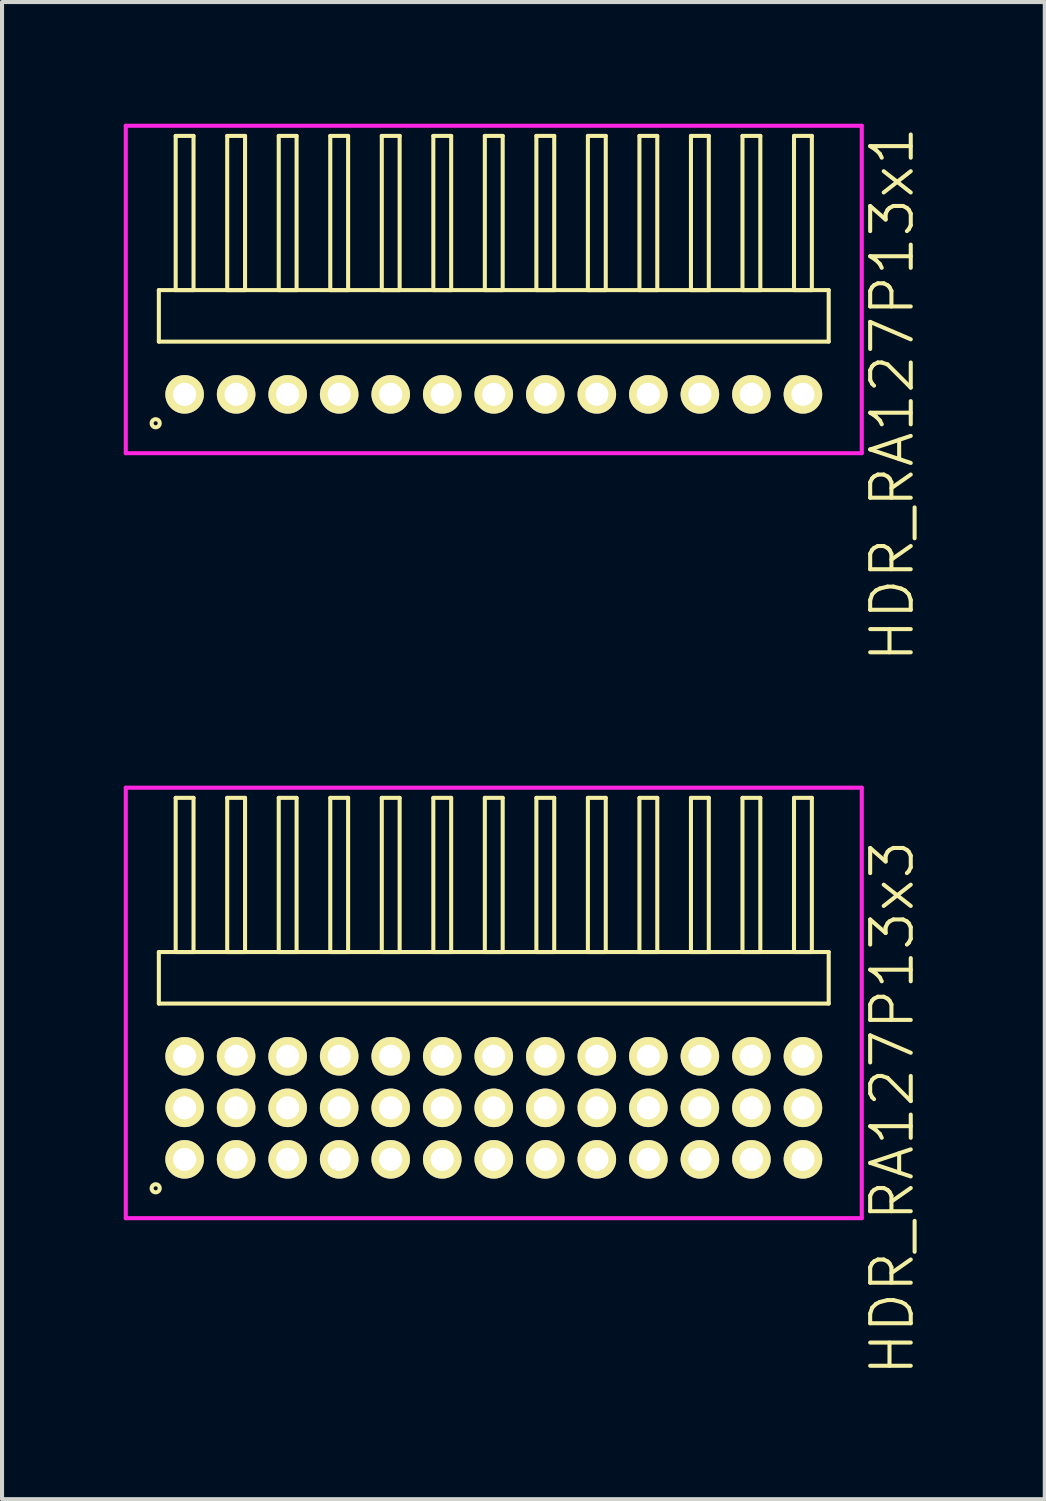
<source format=kicad_pcb>
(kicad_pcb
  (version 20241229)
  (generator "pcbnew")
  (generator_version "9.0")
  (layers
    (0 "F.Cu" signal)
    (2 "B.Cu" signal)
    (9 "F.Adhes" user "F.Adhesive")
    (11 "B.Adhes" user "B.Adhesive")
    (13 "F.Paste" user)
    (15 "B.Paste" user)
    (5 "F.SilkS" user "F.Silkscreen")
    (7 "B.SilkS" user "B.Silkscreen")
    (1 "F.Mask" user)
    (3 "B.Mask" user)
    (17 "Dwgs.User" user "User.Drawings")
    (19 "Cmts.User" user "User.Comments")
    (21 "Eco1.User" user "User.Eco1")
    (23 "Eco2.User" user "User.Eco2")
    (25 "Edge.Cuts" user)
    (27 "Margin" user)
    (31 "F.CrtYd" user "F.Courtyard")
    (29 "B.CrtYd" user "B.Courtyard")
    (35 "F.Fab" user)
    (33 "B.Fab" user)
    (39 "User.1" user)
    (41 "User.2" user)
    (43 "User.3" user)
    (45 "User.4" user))
  (footprint "HDR_RA127P13x3"
    (layer "F.Cu")
    (at 9.12 24.255)
    (property "Reference" "HDR_RA127P13x3" (at 9.82 0 90) (layer "F.SilkS") (effects (font (size 1 1) (thickness 0.1))))
    (attr through_hole)
    (fp_line (start -8.255 -3.84) (end -8.255 -2.57) (stroke (width 0.1) (type solid)) (layer "F.SilkS"))
    (fp_line (start -8.255 -2.57) (end 8.255 -2.57) (stroke (width 0.1) (type solid)) (layer "F.SilkS"))
    (fp_line (start -7.84 -7.64) (end -7.84 -3.84) (stroke (width 0.1) (type solid)) (layer "F.SilkS"))
    (fp_line (start -7.84 -3.84) (end -7.4 -3.84) (stroke (width 0.1) (type solid)) (layer "F.SilkS"))
    (fp_line (start -7.4 -7.64) (end -7.84 -7.64) (stroke (width 0.1) (type solid)) (layer "F.SilkS"))
    (fp_line (start -7.4 -3.84) (end -7.4 -7.64) (stroke (width 0.1) (type solid)) (layer "F.SilkS"))
    (fp_line (start -6.57 -7.64) (end -6.57 -3.84) (stroke (width 0.1) (type solid)) (layer "F.SilkS"))
    (fp_line (start -6.57 -3.84) (end -6.13 -3.84) (stroke (width 0.1) (type solid)) (layer "F.SilkS"))
    (fp_line (start -6.13 -7.64) (end -6.57 -7.64) (stroke (width 0.1) (type solid)) (layer "F.SilkS"))
    (fp_line (start -6.13 -3.84) (end -6.13 -7.64) (stroke (width 0.1) (type solid)) (layer "F.SilkS"))
    (fp_line (start -5.3 -7.64) (end -5.3 -3.84) (stroke (width 0.1) (type solid)) (layer "F.SilkS"))
    (fp_line (start -5.3 -3.84) (end -4.86 -3.84) (stroke (width 0.1) (type solid)) (layer "F.SilkS"))
    (fp_line (start -4.86 -7.64) (end -5.3 -7.64) (stroke (width 0.1) (type solid)) (layer "F.SilkS"))
    (fp_line (start -4.86 -3.84) (end -4.86 -7.64) (stroke (width 0.1) (type solid)) (layer "F.SilkS"))
    (fp_line (start -4.03 -7.64) (end -4.03 -3.84) (stroke (width 0.1) (type solid)) (layer "F.SilkS"))
    (fp_line (start -4.03 -3.84) (end -3.59 -3.84) (stroke (width 0.1) (type solid)) (layer "F.SilkS"))
    (fp_line (start -3.59 -7.64) (end -4.03 -7.64) (stroke (width 0.1) (type solid)) (layer "F.SilkS"))
    (fp_line (start -3.59 -3.84) (end -3.59 -7.64) (stroke (width 0.1) (type solid)) (layer "F.SilkS"))
    (fp_line (start -2.76 -7.64) (end -2.76 -3.84) (stroke (width 0.1) (type solid)) (layer "F.SilkS"))
    (fp_line (start -2.76 -3.84) (end -2.32 -3.84) (stroke (width 0.1) (type solid)) (layer "F.SilkS"))
    (fp_line (start -2.32 -7.64) (end -2.76 -7.64) (stroke (width 0.1) (type solid)) (layer "F.SilkS"))
    (fp_line (start -2.32 -3.84) (end -2.32 -7.64) (stroke (width 0.1) (type solid)) (layer "F.SilkS"))
    (fp_line (start -1.49 -7.64) (end -1.49 -3.84) (stroke (width 0.1) (type solid)) (layer "F.SilkS"))
    (fp_line (start -1.49 -3.84) (end -1.05 -3.84) (stroke (width 0.1) (type solid)) (layer "F.SilkS"))
    (fp_line (start -1.05 -7.64) (end -1.49 -7.64) (stroke (width 0.1) (type solid)) (layer "F.SilkS"))
    (fp_line (start -1.05 -3.84) (end -1.05 -7.64) (stroke (width 0.1) (type solid)) (layer "F.SilkS"))
    (fp_line (start -0.22 -7.64) (end -0.22 -3.84) (stroke (width 0.1) (type solid)) (layer "F.SilkS"))
    (fp_line (start -0.22 -3.84) (end 0.22 -3.84) (stroke (width 0.1) (type solid)) (layer "F.SilkS"))
    (fp_line (start 0.22 -7.64) (end -0.22 -7.64) (stroke (width 0.1) (type solid)) (layer "F.SilkS"))
    (fp_line (start 0.22 -3.84) (end 0.22 -7.64) (stroke (width 0.1) (type solid)) (layer "F.SilkS"))
    (fp_line (start 1.05 -7.64) (end 1.05 -3.84) (stroke (width 0.1) (type solid)) (layer "F.SilkS"))
    (fp_line (start 1.05 -3.84) (end 1.49 -3.84) (stroke (width 0.1) (type solid)) (layer "F.SilkS"))
    (fp_line (start 1.49 -7.64) (end 1.05 -7.64) (stroke (width 0.1) (type solid)) (layer "F.SilkS"))
    (fp_line (start 1.49 -3.84) (end 1.49 -7.64) (stroke (width 0.1) (type solid)) (layer "F.SilkS"))
    (fp_line (start 2.32 -7.64) (end 2.32 -3.84) (stroke (width 0.1) (type solid)) (layer "F.SilkS"))
    (fp_line (start 2.32 -3.84) (end 2.76 -3.84) (stroke (width 0.1) (type solid)) (layer "F.SilkS"))
    (fp_line (start 2.76 -7.64) (end 2.32 -7.64) (stroke (width 0.1) (type solid)) (layer "F.SilkS"))
    (fp_line (start 2.76 -3.84) (end 2.76 -7.64) (stroke (width 0.1) (type solid)) (layer "F.SilkS"))
    (fp_line (start 3.59 -7.64) (end 3.59 -3.84) (stroke (width 0.1) (type solid)) (layer "F.SilkS"))
    (fp_line (start 3.59 -3.84) (end 4.03 -3.84) (stroke (width 0.1) (type solid)) (layer "F.SilkS"))
    (fp_line (start 4.03 -7.64) (end 3.59 -7.64) (stroke (width 0.1) (type solid)) (layer "F.SilkS"))
    (fp_line (start 4.03 -3.84) (end 4.03 -7.64) (stroke (width 0.1) (type solid)) (layer "F.SilkS"))
    (fp_line (start 4.86 -7.64) (end 4.86 -3.84) (stroke (width 0.1) (type solid)) (layer "F.SilkS"))
    (fp_line (start 4.86 -3.84) (end 5.3 -3.84) (stroke (width 0.1) (type solid)) (layer "F.SilkS"))
    (fp_line (start 5.3 -7.64) (end 4.86 -7.64) (stroke (width 0.1) (type solid)) (layer "F.SilkS"))
    (fp_line (start 5.3 -3.84) (end 5.3 -7.64) (stroke (width 0.1) (type solid)) (layer "F.SilkS"))
    (fp_line (start 6.13 -7.64) (end 6.13 -3.84) (stroke (width 0.1) (type solid)) (layer "F.SilkS"))
    (fp_line (start 6.13 -3.84) (end 6.57 -3.84) (stroke (width 0.1) (type solid)) (layer "F.SilkS"))
    (fp_line (start 6.57 -7.64) (end 6.13 -7.64) (stroke (width 0.1) (type solid)) (layer "F.SilkS"))
    (fp_line (start 6.57 -3.84) (end 6.57 -7.64) (stroke (width 0.1) (type solid)) (layer "F.SilkS"))
    (fp_line (start 7.4 -7.64) (end 7.4 -3.84) (stroke (width 0.1) (type solid)) (layer "F.SilkS"))
    (fp_line (start 7.4 -3.84) (end 7.84 -3.84) (stroke (width 0.1) (type solid)) (layer "F.SilkS"))
    (fp_line (start 7.84 -7.64) (end 7.4 -7.64) (stroke (width 0.1) (type solid)) (layer "F.SilkS"))
    (fp_line (start 7.84 -3.84) (end 7.84 -7.64) (stroke (width 0.1) (type solid)) (layer "F.SilkS"))
    (fp_line (start 8.255 -3.84) (end -8.255 -3.84) (stroke (width 0.1) (type solid)) (layer "F.SilkS"))
    (fp_line (start 8.255 -2.57) (end 8.255 -3.84) (stroke (width 0.1) (type solid)) (layer "F.SilkS"))
    (fp_circle (center -8.333 1.983) (end -8.233 1.983) (stroke (width 0.1) (type solid)) (fill no) (layer "F.SilkS"))
    (fp_line (start -9.07 -7.89) (end -9.07 2.72) (stroke (width 0.1) (type solid)) (layer "F.CrtYd"))
    (fp_line (start -9.07 2.72) (end 9.07 2.72) (stroke (width 0.1) (type solid)) (layer "F.CrtYd"))
    (fp_line (start 9.07 -7.89) (end -9.07 -7.89) (stroke (width 0.1) (type solid)) (layer "F.CrtYd"))
    (fp_line (start 9.07 2.72) (end 9.07 -7.89) (stroke (width 0.1) (type solid)) (layer "F.CrtYd"))
    (pad "1" thru_hole oval (at -7.62 1.27) (size 0.95 0.95) (drill 0.57) (layers "*.Cu" "*.Mask" "F.SilkS"))
    (pad "2" thru_hole oval (at -7.62 0) (size 0.95 0.95) (drill 0.57) (layers "*.Cu" "*.Mask" "F.SilkS"))
    (pad "3" thru_hole oval (at -7.62 -1.27) (size 0.95 0.95) (drill 0.57) (layers "*.Cu" "*.Mask" "F.SilkS"))
    (pad "4" thru_hole oval (at -6.35 1.27) (size 0.95 0.95) (drill 0.57) (layers "*.Cu" "*.Mask" "F.SilkS"))
    (pad "5" thru_hole oval (at -6.35 0) (size 0.95 0.95) (drill 0.57) (layers "*.Cu" "*.Mask" "F.SilkS"))
    (pad "6" thru_hole oval (at -6.35 -1.27) (size 0.95 0.95) (drill 0.57) (layers "*.Cu" "*.Mask" "F.SilkS"))
    (pad "7" thru_hole oval (at -5.08 1.27) (size 0.95 0.95) (drill 0.57) (layers "*.Cu" "*.Mask" "F.SilkS"))
    (pad "8" thru_hole oval (at -5.08 0) (size 0.95 0.95) (drill 0.57) (layers "*.Cu" "*.Mask" "F.SilkS"))
    (pad "9" thru_hole oval (at -5.08 -1.27) (size 0.95 0.95) (drill 0.57) (layers "*.Cu" "*.Mask" "F.SilkS"))
    (pad "10" thru_hole oval (at -3.81 1.27) (size 0.95 0.95) (drill 0.57) (layers "*.Cu" "*.Mask" "F.SilkS"))
    (pad "11" thru_hole oval (at -3.81 0) (size 0.95 0.95) (drill 0.57) (layers "*.Cu" "*.Mask" "F.SilkS"))
    (pad "12" thru_hole oval (at -3.81 -1.27) (size 0.95 0.95) (drill 0.57) (layers "*.Cu" "*.Mask" "F.SilkS"))
    (pad "13" thru_hole oval (at -2.54 1.27) (size 0.95 0.95) (drill 0.57) (layers "*.Cu" "*.Mask" "F.SilkS"))
    (pad "14" thru_hole oval (at -2.54 0) (size 0.95 0.95) (drill 0.57) (layers "*.Cu" "*.Mask" "F.SilkS"))
    (pad "15" thru_hole oval (at -2.54 -1.27) (size 0.95 0.95) (drill 0.57) (layers "*.Cu" "*.Mask" "F.SilkS"))
    (pad "16" thru_hole oval (at -1.27 1.27) (size 0.95 0.95) (drill 0.57) (layers "*.Cu" "*.Mask" "F.SilkS"))
    (pad "17" thru_hole oval (at -1.27 0) (size 0.95 0.95) (drill 0.57) (layers "*.Cu" "*.Mask" "F.SilkS"))
    (pad "18" thru_hole oval (at -1.27 -1.27) (size 0.95 0.95) (drill 0.57) (layers "*.Cu" "*.Mask" "F.SilkS"))
    (pad "19" thru_hole oval (at 0 1.27) (size 0.95 0.95) (drill 0.57) (layers "*.Cu" "*.Mask" "F.SilkS"))
    (pad "20" thru_hole oval (at 0 0) (size 0.95 0.95) (drill 0.57) (layers "*.Cu" "*.Mask" "F.SilkS"))
    (pad "21" thru_hole oval (at 0 -1.27) (size 0.95 0.95) (drill 0.57) (layers "*.Cu" "*.Mask" "F.SilkS"))
    (pad "22" thru_hole oval (at 1.27 1.27) (size 0.95 0.95) (drill 0.57) (layers "*.Cu" "*.Mask" "F.SilkS"))
    (pad "23" thru_hole oval (at 1.27 0) (size 0.95 0.95) (drill 0.57) (layers "*.Cu" "*.Mask" "F.SilkS"))
    (pad "24" thru_hole oval (at 1.27 -1.27) (size 0.95 0.95) (drill 0.57) (layers "*.Cu" "*.Mask" "F.SilkS"))
    (pad "25" thru_hole oval (at 2.54 1.27) (size 0.95 0.95) (drill 0.57) (layers "*.Cu" "*.Mask" "F.SilkS"))
    (pad "26" thru_hole oval (at 2.54 0) (size 0.95 0.95) (drill 0.57) (layers "*.Cu" "*.Mask" "F.SilkS"))
    (pad "27" thru_hole oval (at 2.54 -1.27) (size 0.95 0.95) (drill 0.57) (layers "*.Cu" "*.Mask" "F.SilkS"))
    (pad "28" thru_hole oval (at 3.81 1.27) (size 0.95 0.95) (drill 0.57) (layers "*.Cu" "*.Mask" "F.SilkS"))
    (pad "29" thru_hole oval (at 3.81 0) (size 0.95 0.95) (drill 0.57) (layers "*.Cu" "*.Mask" "F.SilkS"))
    (pad "30" thru_hole oval (at 3.81 -1.27) (size 0.95 0.95) (drill 0.57) (layers "*.Cu" "*.Mask" "F.SilkS"))
    (pad "31" thru_hole oval (at 5.08 1.27) (size 0.95 0.95) (drill 0.57) (layers "*.Cu" "*.Mask" "F.SilkS"))
    (pad "32" thru_hole oval (at 5.08 0) (size 0.95 0.95) (drill 0.57) (layers "*.Cu" "*.Mask" "F.SilkS"))
    (pad "33" thru_hole oval (at 5.08 -1.27) (size 0.95 0.95) (drill 0.57) (layers "*.Cu" "*.Mask" "F.SilkS"))
    (pad "34" thru_hole oval (at 6.35 1.27) (size 0.95 0.95) (drill 0.57) (layers "*.Cu" "*.Mask" "F.SilkS"))
    (pad "35" thru_hole oval (at 6.35 0) (size 0.95 0.95) (drill 0.57) (layers "*.Cu" "*.Mask" "F.SilkS"))
    (pad "36" thru_hole oval (at 6.35 -1.27) (size 0.95 0.95) (drill 0.57) (layers "*.Cu" "*.Mask" "F.SilkS"))
    (pad "37" thru_hole oval (at 7.62 1.27) (size 0.95 0.95) (drill 0.57) (layers "*.Cu" "*.Mask" "F.SilkS"))
    (pad "38" thru_hole oval (at 7.62 0) (size 0.95 0.95) (drill 0.57) (layers "*.Cu" "*.Mask" "F.SilkS"))
    (pad "39" thru_hole oval (at 7.62 -1.27) (size 0.95 0.95) (drill 0.57) (layers "*.Cu" "*.Mask" "F.SilkS")))
  (footprint "HDR_RA127P13x1"
    (layer "F.Cu")
    (at 9.12 6.67)
    (property "Reference" "HDR_RA127P13x1" (at 9.82 0 90) (layer "F.SilkS") (effects (font (size 1 1) (thickness 0.1))))
    (attr through_hole)
    (fp_line (start -8.255 -2.57) (end -8.255 -1.3) (stroke (width 0.1) (type solid)) (layer "F.SilkS"))
    (fp_line (start -8.255 -1.3) (end 8.255 -1.3) (stroke (width 0.1) (type solid)) (layer "F.SilkS"))
    (fp_line (start -7.84 -6.37) (end -7.84 -2.57) (stroke (width 0.1) (type solid)) (layer "F.SilkS"))
    (fp_line (start -7.84 -2.57) (end -7.4 -2.57) (stroke (width 0.1) (type solid)) (layer "F.SilkS"))
    (fp_line (start -7.4 -6.37) (end -7.84 -6.37) (stroke (width 0.1) (type solid)) (layer "F.SilkS"))
    (fp_line (start -7.4 -2.57) (end -7.4 -6.37) (stroke (width 0.1) (type solid)) (layer "F.SilkS"))
    (fp_line (start -6.57 -6.37) (end -6.57 -2.57) (stroke (width 0.1) (type solid)) (layer "F.SilkS"))
    (fp_line (start -6.57 -2.57) (end -6.13 -2.57) (stroke (width 0.1) (type solid)) (layer "F.SilkS"))
    (fp_line (start -6.13 -6.37) (end -6.57 -6.37) (stroke (width 0.1) (type solid)) (layer "F.SilkS"))
    (fp_line (start -6.13 -2.57) (end -6.13 -6.37) (stroke (width 0.1) (type solid)) (layer "F.SilkS"))
    (fp_line (start -5.3 -6.37) (end -5.3 -2.57) (stroke (width 0.1) (type solid)) (layer "F.SilkS"))
    (fp_line (start -5.3 -2.57) (end -4.86 -2.57) (stroke (width 0.1) (type solid)) (layer "F.SilkS"))
    (fp_line (start -4.86 -6.37) (end -5.3 -6.37) (stroke (width 0.1) (type solid)) (layer "F.SilkS"))
    (fp_line (start -4.86 -2.57) (end -4.86 -6.37) (stroke (width 0.1) (type solid)) (layer "F.SilkS"))
    (fp_line (start -4.03 -6.37) (end -4.03 -2.57) (stroke (width 0.1) (type solid)) (layer "F.SilkS"))
    (fp_line (start -4.03 -2.57) (end -3.59 -2.57) (stroke (width 0.1) (type solid)) (layer "F.SilkS"))
    (fp_line (start -3.59 -6.37) (end -4.03 -6.37) (stroke (width 0.1) (type solid)) (layer "F.SilkS"))
    (fp_line (start -3.59 -2.57) (end -3.59 -6.37) (stroke (width 0.1) (type solid)) (layer "F.SilkS"))
    (fp_line (start -2.76 -6.37) (end -2.76 -2.57) (stroke (width 0.1) (type solid)) (layer "F.SilkS"))
    (fp_line (start -2.76 -2.57) (end -2.32 -2.57) (stroke (width 0.1) (type solid)) (layer "F.SilkS"))
    (fp_line (start -2.32 -6.37) (end -2.76 -6.37) (stroke (width 0.1) (type solid)) (layer "F.SilkS"))
    (fp_line (start -2.32 -2.57) (end -2.32 -6.37) (stroke (width 0.1) (type solid)) (layer "F.SilkS"))
    (fp_line (start -1.49 -6.37) (end -1.49 -2.57) (stroke (width 0.1) (type solid)) (layer "F.SilkS"))
    (fp_line (start -1.49 -2.57) (end -1.05 -2.57) (stroke (width 0.1) (type solid)) (layer "F.SilkS"))
    (fp_line (start -1.05 -6.37) (end -1.49 -6.37) (stroke (width 0.1) (type solid)) (layer "F.SilkS"))
    (fp_line (start -1.05 -2.57) (end -1.05 -6.37) (stroke (width 0.1) (type solid)) (layer "F.SilkS"))
    (fp_line (start -0.22 -6.37) (end -0.22 -2.57) (stroke (width 0.1) (type solid)) (layer "F.SilkS"))
    (fp_line (start -0.22 -2.57) (end 0.22 -2.57) (stroke (width 0.1) (type solid)) (layer "F.SilkS"))
    (fp_line (start 0.22 -6.37) (end -0.22 -6.37) (stroke (width 0.1) (type solid)) (layer "F.SilkS"))
    (fp_line (start 0.22 -2.57) (end 0.22 -6.37) (stroke (width 0.1) (type solid)) (layer "F.SilkS"))
    (fp_line (start 1.05 -6.37) (end 1.05 -2.57) (stroke (width 0.1) (type solid)) (layer "F.SilkS"))
    (fp_line (start 1.05 -2.57) (end 1.49 -2.57) (stroke (width 0.1) (type solid)) (layer "F.SilkS"))
    (fp_line (start 1.49 -6.37) (end 1.05 -6.37) (stroke (width 0.1) (type solid)) (layer "F.SilkS"))
    (fp_line (start 1.49 -2.57) (end 1.49 -6.37) (stroke (width 0.1) (type solid)) (layer "F.SilkS"))
    (fp_line (start 2.32 -6.37) (end 2.32 -2.57) (stroke (width 0.1) (type solid)) (layer "F.SilkS"))
    (fp_line (start 2.32 -2.57) (end 2.76 -2.57) (stroke (width 0.1) (type solid)) (layer "F.SilkS"))
    (fp_line (start 2.76 -6.37) (end 2.32 -6.37) (stroke (width 0.1) (type solid)) (layer "F.SilkS"))
    (fp_line (start 2.76 -2.57) (end 2.76 -6.37) (stroke (width 0.1) (type solid)) (layer "F.SilkS"))
    (fp_line (start 3.59 -6.37) (end 3.59 -2.57) (stroke (width 0.1) (type solid)) (layer "F.SilkS"))
    (fp_line (start 3.59 -2.57) (end 4.03 -2.57) (stroke (width 0.1) (type solid)) (layer "F.SilkS"))
    (fp_line (start 4.03 -6.37) (end 3.59 -6.37) (stroke (width 0.1) (type solid)) (layer "F.SilkS"))
    (fp_line (start 4.03 -2.57) (end 4.03 -6.37) (stroke (width 0.1) (type solid)) (layer "F.SilkS"))
    (fp_line (start 4.86 -6.37) (end 4.86 -2.57) (stroke (width 0.1) (type solid)) (layer "F.SilkS"))
    (fp_line (start 4.86 -2.57) (end 5.3 -2.57) (stroke (width 0.1) (type solid)) (layer "F.SilkS"))
    (fp_line (start 5.3 -6.37) (end 4.86 -6.37) (stroke (width 0.1) (type solid)) (layer "F.SilkS"))
    (fp_line (start 5.3 -2.57) (end 5.3 -6.37) (stroke (width 0.1) (type solid)) (layer "F.SilkS"))
    (fp_line (start 6.13 -6.37) (end 6.13 -2.57) (stroke (width 0.1) (type solid)) (layer "F.SilkS"))
    (fp_line (start 6.13 -2.57) (end 6.57 -2.57) (stroke (width 0.1) (type solid)) (layer "F.SilkS"))
    (fp_line (start 6.57 -6.37) (end 6.13 -6.37) (stroke (width 0.1) (type solid)) (layer "F.SilkS"))
    (fp_line (start 6.57 -2.57) (end 6.57 -6.37) (stroke (width 0.1) (type solid)) (layer "F.SilkS"))
    (fp_line (start 7.4 -6.37) (end 7.4 -2.57) (stroke (width 0.1) (type solid)) (layer "F.SilkS"))
    (fp_line (start 7.4 -2.57) (end 7.84 -2.57) (stroke (width 0.1) (type solid)) (layer "F.SilkS"))
    (fp_line (start 7.84 -6.37) (end 7.4 -6.37) (stroke (width 0.1) (type solid)) (layer "F.SilkS"))
    (fp_line (start 7.84 -2.57) (end 7.84 -6.37) (stroke (width 0.1) (type solid)) (layer "F.SilkS"))
    (fp_line (start 8.255 -2.57) (end -8.255 -2.57) (stroke (width 0.1) (type solid)) (layer "F.SilkS"))
    (fp_line (start 8.255 -1.3) (end 8.255 -2.57) (stroke (width 0.1) (type solid)) (layer "F.SilkS"))
    (fp_circle (center -8.333 0.712) (end -8.233 0.712) (stroke (width 0.1) (type solid)) (fill no) (layer "F.SilkS"))
    (fp_line (start -9.07 -6.62) (end -9.07 1.45) (stroke (width 0.1) (type solid)) (layer "F.CrtYd"))
    (fp_line (start -9.07 1.45) (end 9.07 1.45) (stroke (width 0.1) (type solid)) (layer "F.CrtYd"))
    (fp_line (start 9.07 -6.62) (end -9.07 -6.62) (stroke (width 0.1) (type solid)) (layer "F.CrtYd"))
    (fp_line (start 9.07 1.45) (end 9.07 -6.62) (stroke (width 0.1) (type solid)) (layer "F.CrtYd"))
    (pad "1" thru_hole oval (at -7.62 0) (size 0.95 0.95) (drill 0.57) (layers "*.Cu" "*.Mask" "F.SilkS"))
    (pad "2" thru_hole oval (at -6.35 0) (size 0.95 0.95) (drill 0.57) (layers "*.Cu" "*.Mask" "F.SilkS"))
    (pad "3" thru_hole oval (at -5.08 0) (size 0.95 0.95) (drill 0.57) (layers "*.Cu" "*.Mask" "F.SilkS"))
    (pad "4" thru_hole oval (at -3.81 0) (size 0.95 0.95) (drill 0.57) (layers "*.Cu" "*.Mask" "F.SilkS"))
    (pad "5" thru_hole oval (at -2.54 0) (size 0.95 0.95) (drill 0.57) (layers "*.Cu" "*.Mask" "F.SilkS"))
    (pad "6" thru_hole oval (at -1.27 0) (size 0.95 0.95) (drill 0.57) (layers "*.Cu" "*.Mask" "F.SilkS"))
    (pad "7" thru_hole oval (at 0 0) (size 0.95 0.95) (drill 0.57) (layers "*.Cu" "*.Mask" "F.SilkS"))
    (pad "8" thru_hole oval (at 1.27 0) (size 0.95 0.95) (drill 0.57) (layers "*.Cu" "*.Mask" "F.SilkS"))
    (pad "9" thru_hole oval (at 2.54 0) (size 0.95 0.95) (drill 0.57) (layers "*.Cu" "*.Mask" "F.SilkS"))
    (pad "10" thru_hole oval (at 3.81 0) (size 0.95 0.95) (drill 0.57) (layers "*.Cu" "*.Mask" "F.SilkS"))
    (pad "11" thru_hole oval (at 5.08 0) (size 0.95 0.95) (drill 0.57) (layers "*.Cu" "*.Mask" "F.SilkS"))
    (pad "12" thru_hole oval (at 6.35 0) (size 0.95 0.95) (drill 0.57) (layers "*.Cu" "*.Mask" "F.SilkS"))
    (pad "13" thru_hole oval (at 7.62 0) (size 0.95 0.95) (drill 0.57) (layers "*.Cu" "*.Mask" "F.SilkS")))
  (gr_rect
    (start -3 -3)
    (end 22.701 33.9)
    (stroke (width 0.1) (type default))
    (fill no)
    (layer "Edge.Cuts")))
</source>
